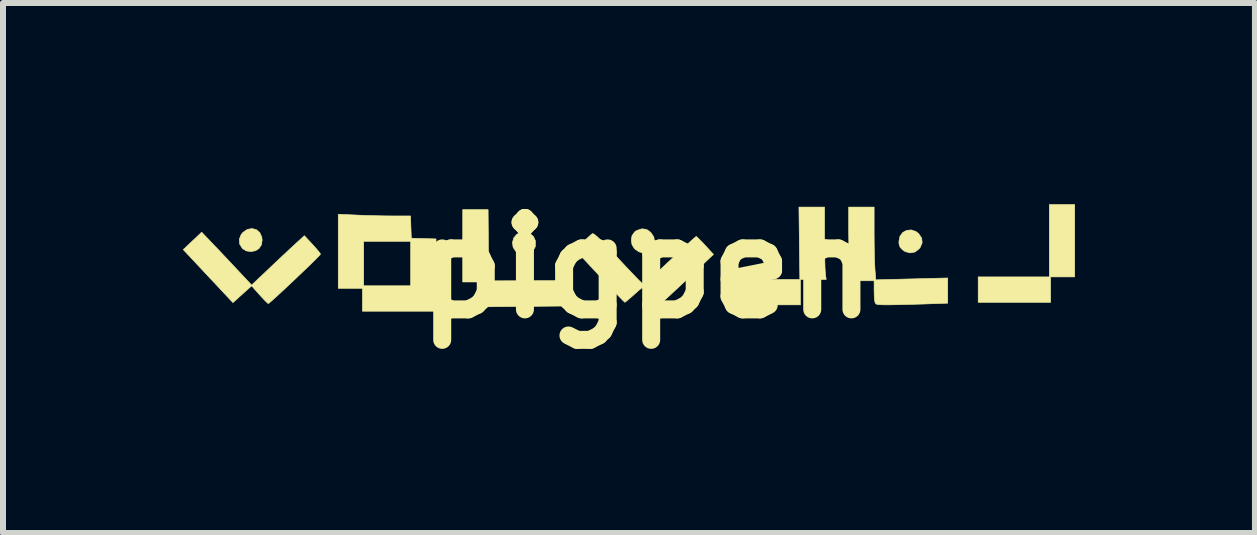
<source format=kicad_pcb>
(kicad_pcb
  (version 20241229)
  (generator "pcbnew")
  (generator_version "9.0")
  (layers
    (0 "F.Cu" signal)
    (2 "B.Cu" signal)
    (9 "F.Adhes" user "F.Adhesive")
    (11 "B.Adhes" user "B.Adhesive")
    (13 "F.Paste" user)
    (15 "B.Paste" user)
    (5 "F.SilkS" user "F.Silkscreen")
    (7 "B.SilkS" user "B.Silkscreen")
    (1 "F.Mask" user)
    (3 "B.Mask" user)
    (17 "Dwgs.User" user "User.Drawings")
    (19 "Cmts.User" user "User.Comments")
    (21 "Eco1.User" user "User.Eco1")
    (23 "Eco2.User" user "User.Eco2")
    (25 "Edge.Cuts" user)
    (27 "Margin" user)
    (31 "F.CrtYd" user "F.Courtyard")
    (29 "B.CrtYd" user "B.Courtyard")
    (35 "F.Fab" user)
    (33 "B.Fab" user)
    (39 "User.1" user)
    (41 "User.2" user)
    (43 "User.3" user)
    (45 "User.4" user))
  (footprint "pigpen"
    (layer "F.Cu")
    (at 7.733 1.418)
    (property "Reference" "pigpen" (at 0 0 0) (layer "F.SilkS") (effects (font (size 1.524 1.524) (thickness 0.3))))
    (attr through_hole)
    (fp_poly (pts (xy 7.133 0.148) (xy 6.731 0.148) (xy 6.731 0.572) (xy 5.524 0.572) (xy 5.524 0.148) (xy 6.71 0.148) (xy 6.71 -1.058) (xy 7.133 -1.058) (xy 7.133 0.148)) (stroke (width 0.01) (type solid)) (fill yes) (layer "F.SilkS"))
    (fp_poly (pts (xy -2.641 -0.38) (xy -2.635 0.214) (xy -2.04 0.212) (xy -1.445 0.21) (xy -1.432 0.341) (xy -1.424 0.427) (xy -1.419 0.51) (xy -1.418 0.553) (xy -1.418 0.634) (xy -2.646 0.646) (xy -2.646 0.439) (xy -2.646 0.233) (xy -3.069 0.233) (xy -3.069 -0.974) (xy -2.646 -0.974) (xy -2.641 -0.38)) (stroke (width 0.01) (type solid)) (fill yes) (layer "F.SilkS"))
    (fp_poly (pts (xy -1.947 -0.576) (xy -1.889 -0.524) (xy -1.857 -0.452) (xy -1.858 -0.367) (xy -1.864 -0.346) (xy -1.907 -0.273) (xy -1.973 -0.228) (xy -2.051 -0.215) (xy -2.129 -0.235) (xy -2.182 -0.274) (xy -2.229 -0.346) (xy -2.24 -0.425) (xy -2.219 -0.501) (xy -2.167 -0.562) (xy -2.11 -0.591) (xy -2.023 -0.601) (xy -1.947 -0.576)) (stroke (width 0.01) (type solid)) (fill yes) (layer "F.SilkS"))
    (fp_poly (pts (xy 2.963 -0.511) (xy 2.964 -0.363) (xy 2.965 -0.223) (xy 2.968 -0.099) (xy 2.971 0.001) (xy 2.975 0.07) (xy 2.977 0.092) (xy 2.99 0.191) (xy 2.561 0.191) (xy 2.561 0.614) (xy 1.355 0.614) (xy 1.355 0.191) (xy 1.953 0.191) (xy 2.551 0.191) (xy 2.543 -0.413) (xy 2.536 -1.016) (xy 2.963 -1.016) (xy 2.963 -0.511)) (stroke (width 0.01) (type solid)) (fill yes) (layer "F.SilkS"))
    (fp_poly (pts (xy 4.486 -0.609) (xy 4.531 -0.573) (xy 4.582 -0.499) (xy 4.59 -0.422) (xy 4.557 -0.343) (xy 4.538 -0.319) (xy 4.47 -0.267) (xy 4.39 -0.252) (xy 4.307 -0.274) (xy 4.261 -0.305) (xy 4.221 -0.35) (xy 4.204 -0.405) (xy 4.203 -0.445) (xy 4.22 -0.529) (xy 4.266 -0.592) (xy 4.332 -0.628) (xy 4.408 -0.635) (xy 4.486 -0.609)) (stroke (width 0.01) (type solid)) (fill yes) (layer "F.SilkS"))
    (fp_poly (pts (xy -0.003 -0.643) (xy 0.065 -0.594) (xy 0.116 -0.519) (xy 0.129 -0.44) (xy 0.106 -0.365) (xy 0.049 -0.305) (xy 0.01 -0.284) (xy -0.046 -0.263) (xy -0.083 -0.257) (xy -0.12 -0.267) (xy -0.138 -0.274) (xy -0.205 -0.321) (xy -0.246 -0.387) (xy -0.26 -0.464) (xy -0.247 -0.538) (xy -0.204 -0.601) (xy -0.169 -0.625) (xy -0.081 -0.654) (xy -0.003 -0.643)) (stroke (width 0.01) (type solid)) (fill yes) (layer "F.SilkS"))
    (fp_poly (pts (xy -6.51 -0.639) (xy -6.452 -0.59) (xy -6.419 -0.516) (xy -6.413 -0.466) (xy -6.424 -0.389) (xy -6.461 -0.331) (xy -6.465 -0.327) (xy -6.523 -0.288) (xy -6.597 -0.275) (xy -6.604 -0.275) (xy -6.68 -0.286) (xy -6.738 -0.323) (xy -6.743 -0.327) (xy -6.787 -0.398) (xy -6.794 -0.478) (xy -6.763 -0.557) (xy -6.733 -0.594) (xy -6.659 -0.644) (xy -6.581 -0.658) (xy -6.51 -0.639)) (stroke (width 0.01) (type solid)) (fill yes) (layer "F.SilkS"))
    (fp_poly (pts (xy -4.823 -0.882) (xy -4.678 -0.876) (xy -4.518 -0.872) (xy -4.362 -0.869) (xy -4.227 -0.868) (xy -4.22 -0.868) (xy -3.939 -0.868) (xy -3.933 -0.683) (xy -3.926 -0.497) (xy -3.514 -0.485) (xy -3.514 0.72) (xy -4.741 0.72) (xy -4.741 0.339) (xy -5.144 0.339) (xy -5.144 -0.445) (xy -4.72 -0.445) (xy -4.72 0.296) (xy -3.937 0.296) (xy -3.937 -0.445) (xy -4.72 -0.445) (xy -5.144 -0.445) (xy -5.144 -0.896) (xy -4.823 -0.882)) (stroke (width 0.01) (type solid)) (fill yes) (layer "F.SilkS"))
    (fp_poly (pts (xy 3.789 -0.587) (xy 3.79 -0.443) (xy 3.792 -0.299) (xy 3.795 -0.167) (xy 3.799 -0.058) (xy 3.803 0.019) (xy 3.817 0.197) (xy 5.016 0.166) (xy 5.016 0.586) (xy 4.62 0.6) (xy 4.476 0.604) (xy 4.331 0.608) (xy 4.196 0.611) (xy 4.082 0.613) (xy 4.019 0.614) (xy 3.924 0.613) (xy 3.864 0.61) (xy 3.829 0.603) (xy 3.812 0.59) (xy 3.803 0.569) (xy 3.802 0.566) (xy 3.796 0.522) (xy 3.791 0.45) (xy 3.789 0.367) (xy 3.789 0.365) (xy 3.789 0.212) (xy 3.393 0.212) (xy 3.379 -0.014) (xy 3.375 -0.113) (xy 3.371 -0.242) (xy 3.368 -0.387) (xy 3.366 -0.536) (xy 3.365 -0.628) (xy 3.365 -1.016) (xy 3.789 -1.016) (xy 3.789 -0.587)) (stroke (width 0.01) (type solid)) (fill yes) (layer "F.SilkS"))
    (fp_poly (pts (xy -7.272 -0.441) (xy -7.206 -0.372) (xy -7.12 -0.282) (xy -7.022 -0.178) (xy -6.921 -0.071) (xy -6.855 -0.000327) (xy -6.588 0.285) (xy -6.276 -0.011) (xy -6.171 -0.11) (xy -6.067 -0.208) (xy -5.972 -0.297) (xy -5.892 -0.371) (xy -5.836 -0.423) (xy -5.709 -0.539) (xy -5.574 -0.394) (xy -5.516 -0.329) (xy -5.47 -0.275) (xy -5.444 -0.24) (xy -5.44 -0.232) (xy -5.455 -0.213) (xy -5.496 -0.171) (xy -5.558 -0.108) (xy -5.637 -0.031) (xy -5.729 0.057) (xy -5.827 0.151) (xy -5.928 0.246) (xy -6.026 0.338) (xy -6.116 0.422) (xy -6.195 0.494) (xy -6.257 0.55) (xy -6.297 0.584) (xy -6.31 0.593) (xy -6.33 0.578) (xy -6.371 0.538) (xy -6.425 0.48) (xy -6.457 0.445) (xy -6.588 0.297) (xy -6.744 0.437) (xy -6.9 0.577) (xy -7.076 0.389) (xy -7.156 0.303) (xy -7.254 0.199) (xy -7.36 0.086) (xy -7.461 -0.022) (xy -7.49 -0.053) (xy -7.728 -0.307) (xy -7.574 -0.452) (xy -7.421 -0.597) (xy -7.272 -0.441)) (stroke (width 0.01) (type solid)) (fill yes) (layer "F.SilkS"))
    (fp_poly (pts (xy -0.893 -0.571) (xy -0.864 -0.553) (xy -0.822 -0.517) (xy -0.761 -0.459) (xy -0.681 -0.377) (xy -0.577 -0.268) (xy -0.475 -0.158) (xy -0.37 -0.045) (xy -0.274 0.056) (xy -0.191 0.143) (xy -0.125 0.211) (xy -0.079 0.256) (xy -0.057 0.275) (xy -0.057 0.275) (xy -0.037 0.261) (xy 0.009 0.222) (xy 0.077 0.16) (xy 0.164 0.081) (xy 0.264 -0.012) (xy 0.375 -0.116) (xy 0.387 -0.127) (xy 0.498 -0.232) (xy 0.599 -0.326) (xy 0.687 -0.407) (xy 0.756 -0.469) (xy 0.803 -0.51) (xy 0.824 -0.527) (xy 0.824 -0.527) (xy 0.843 -0.511) (xy 0.883 -0.471) (xy 0.938 -0.414) (xy 0.974 -0.376) (xy 1.111 -0.228) (xy 0.889 -0.017) (xy 0.782 0.084) (xy 0.661 0.198) (xy 0.54 0.31) (xy 0.445 0.399) (xy 0.222 0.604) (xy 0.086 0.461) (xy 0.026 0.398) (xy -0.024 0.35) (xy -0.055 0.322) (xy -0.062 0.318) (xy -0.082 0.331) (xy -0.126 0.366) (xy -0.185 0.418) (xy -0.215 0.445) (xy -0.279 0.501) (xy -0.33 0.544) (xy -0.361 0.569) (xy -0.366 0.572) (xy -0.382 0.557) (xy -0.424 0.515) (xy -0.487 0.45) (xy -0.567 0.365) (xy -0.662 0.266) (xy -0.766 0.155) (xy -0.784 0.136) (xy -1.191 -0.3) (xy -1.067 -0.426) (xy -1.005 -0.487) (xy -0.951 -0.537) (xy -0.915 -0.568) (xy -0.909 -0.572) (xy -0.893 -0.571)) (stroke (width 0.01) (type solid)) (fill yes) (layer "F.SilkS")))
  (gr_rect
    (start -3 -3)
    (end 17.871 5.836)
    (stroke (width 0.1) (type default))
    (fill no)
    (layer "Edge.Cuts")))
</source>
